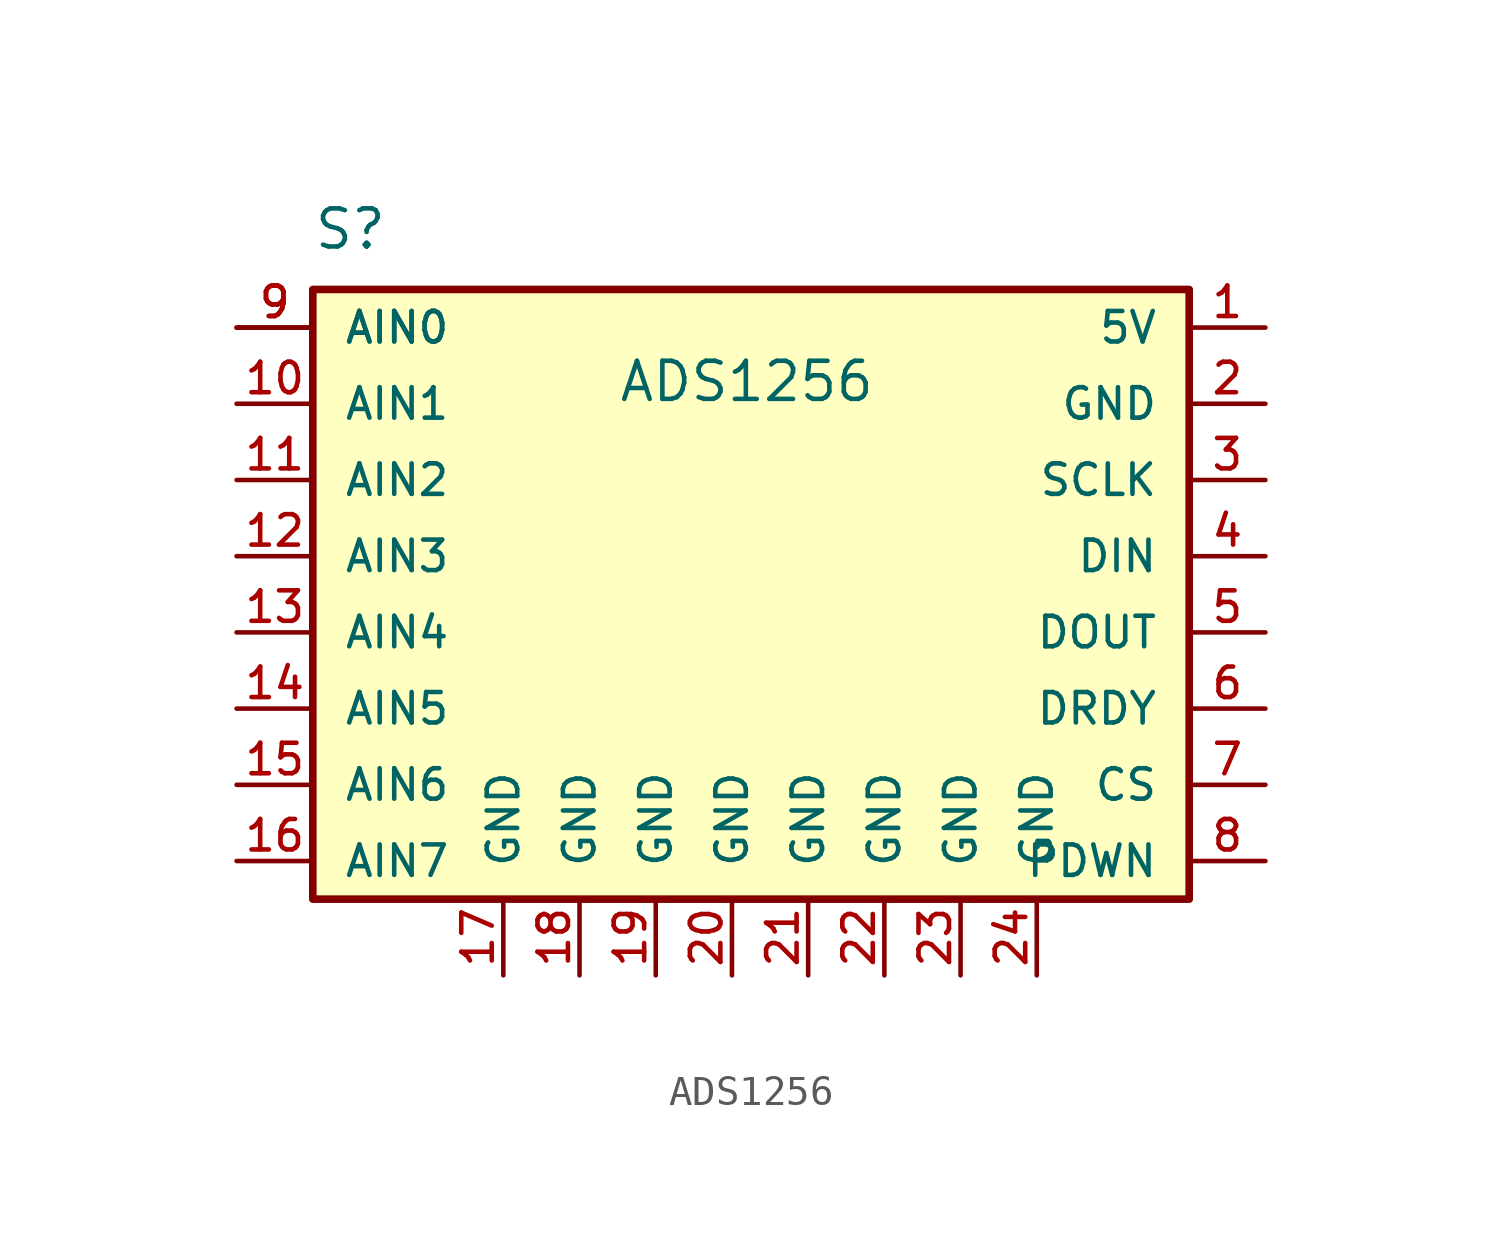
<source format=kicad_sym>
(kicad_symbol_lib
  (version 20220914)
  (generator kicad_symbol_editor)
  (symbol "ADS1256"
    (pin_names
      (offset 1.016))
    (property "Reference" "S"
      (at 0 21.59 0)
      (effects (font (size 1.27 1.27)) (justify left bottom)))
    (property "Value" "ADS1256"
      (at 10.16 16.51 0)
      (effects (font (size 1.27 1.27)) (justify left bottom)))
    (symbol "ADS1256_1_0"
      (rectangle (start 0 20.32) (end 29.21 0) (stroke (width 0.254) (type default)) (fill (type background)))
      (pin passive line (at 31.75 19.05 180) (length 2.54) (name "5V" (effects (font (size 1.016 1.016)))) (number "1" (effects (font (size 1.016 1.016)))))
      (pin passive line (at -2.54 16.51 0) (length 2.54) (name "AIN1" (effects (font (size 1.016 1.016)))) (number "10" (effects (font (size 1.016 1.016)))))
      (pin passive line (at -2.54 13.97 0) (length 2.54) (name "AIN2" (effects (font (size 1.016 1.016)))) (number "11" (effects (font (size 1.016 1.016)))))
      (pin passive line (at -2.54 11.43 0) (length 2.54) (name "AIN3" (effects (font (size 1.016 1.016)))) (number "12" (effects (font (size 1.016 1.016)))))
      (pin passive line (at -2.54 8.89 0) (length 2.54) (name "AIN4" (effects (font (size 1.016 1.016)))) (number "13" (effects (font (size 1.016 1.016)))))
      (pin passive line (at -2.54 6.35 0) (length 2.54) (name "AIN5" (effects (font (size 1.016 1.016)))) (number "14" (effects (font (size 1.016 1.016)))))
      (pin passive line (at -2.54 3.81 0) (length 2.54) (name "AIN6" (effects (font (size 1.016 1.016)))) (number "15" (effects (font (size 1.016 1.016)))))
      (pin passive line (at -2.54 1.27 0) (length 2.54) (name "AIN7" (effects (font (size 1.016 1.016)))) (number "16" (effects (font (size 1.016 1.016)))))
      (pin passive line (at 6.35 -2.54 90) (length 2.54) (name "GND" (effects (font (size 1.016 1.016)))) (number "17" (effects (font (size 1.016 1.016)))))
      (pin passive line (at 8.89 -2.54 90) (length 2.54) (name "GND" (effects (font (size 1.016 1.016)))) (number "18" (effects (font (size 1.016 1.016)))))
      (pin passive line (at 11.43 -2.54 90) (length 2.54) (name "GND" (effects (font (size 1.016 1.016)))) (number "19" (effects (font (size 1.016 1.016)))))
      (pin passive line (at 31.75 16.51 180) (length 2.54) (name "GND" (effects (font (size 1.016 1.016)))) (number "2" (effects (font (size 1.016 1.016)))))
      (pin passive line (at 13.97 -2.54 90) (length 2.54) (name "GND" (effects (font (size 1.016 1.016)))) (number "20" (effects (font (size 1.016 1.016)))))
      (pin passive line (at 16.51 -2.54 90) (length 2.54) (name "GND" (effects (font (size 1.016 1.016)))) (number "21" (effects (font (size 1.016 1.016)))))
      (pin passive line (at 19.05 -2.54 90) (length 2.54) (name "GND" (effects (font (size 1.016 1.016)))) (number "22" (effects (font (size 1.016 1.016)))))
      (pin passive line (at 21.59 -2.54 90) (length 2.54) (name "GND" (effects (font (size 1.016 1.016)))) (number "23" (effects (font (size 1.016 1.016)))))
      (pin passive line (at 24.13 -2.54 90) (length 2.54) (name "GND" (effects (font (size 1.016 1.016)))) (number "24" (effects (font (size 1.016 1.016)))))
      (pin passive line (at 31.75 13.97 180) (length 2.54) (name "SCLK" (effects (font (size 1.016 1.016)))) (number "3" (effects (font (size 1.016 1.016)))))
      (pin passive line (at 31.75 11.43 180) (length 2.54) (name "DIN" (effects (font (size 1.016 1.016)))) (number "4" (effects (font (size 1.016 1.016)))))
      (pin passive line (at 31.75 8.89 180) (length 2.54) (name "DOUT" (effects (font (size 1.016 1.016)))) (number "5" (effects (font (size 1.016 1.016)))))
      (pin passive line (at 31.75 6.35 180) (length 2.54) (name "DRDY" (effects (font (size 1.016 1.016)))) (number "6" (effects (font (size 1.016 1.016)))))
      (pin passive line (at 31.75 3.81 180) (length 2.54) (name "CS" (effects (font (size 1.016 1.016)))) (number "7" (effects (font (size 1.016 1.016)))))
      (pin passive line (at 31.75 1.27 180) (length 2.54) (name "PDWN" (effects (font (size 1.016 1.016)))) (number "8" (effects (font (size 1.016 1.016)))))
      (pin passive line (at -2.54 19.05 0) (length 2.54) (name "AIN0" (effects (font (size 1.016 1.016)))) (number "9" (effects (font (size 1.016 1.016)))))
      (pin passive line (at -2.54 19.05 0) (length 2.54) (name "AIN0" (effects (font (size 1.016 1.016)))) (number "9" (effects (font (size 1.016 1.016))))))))
</source>
